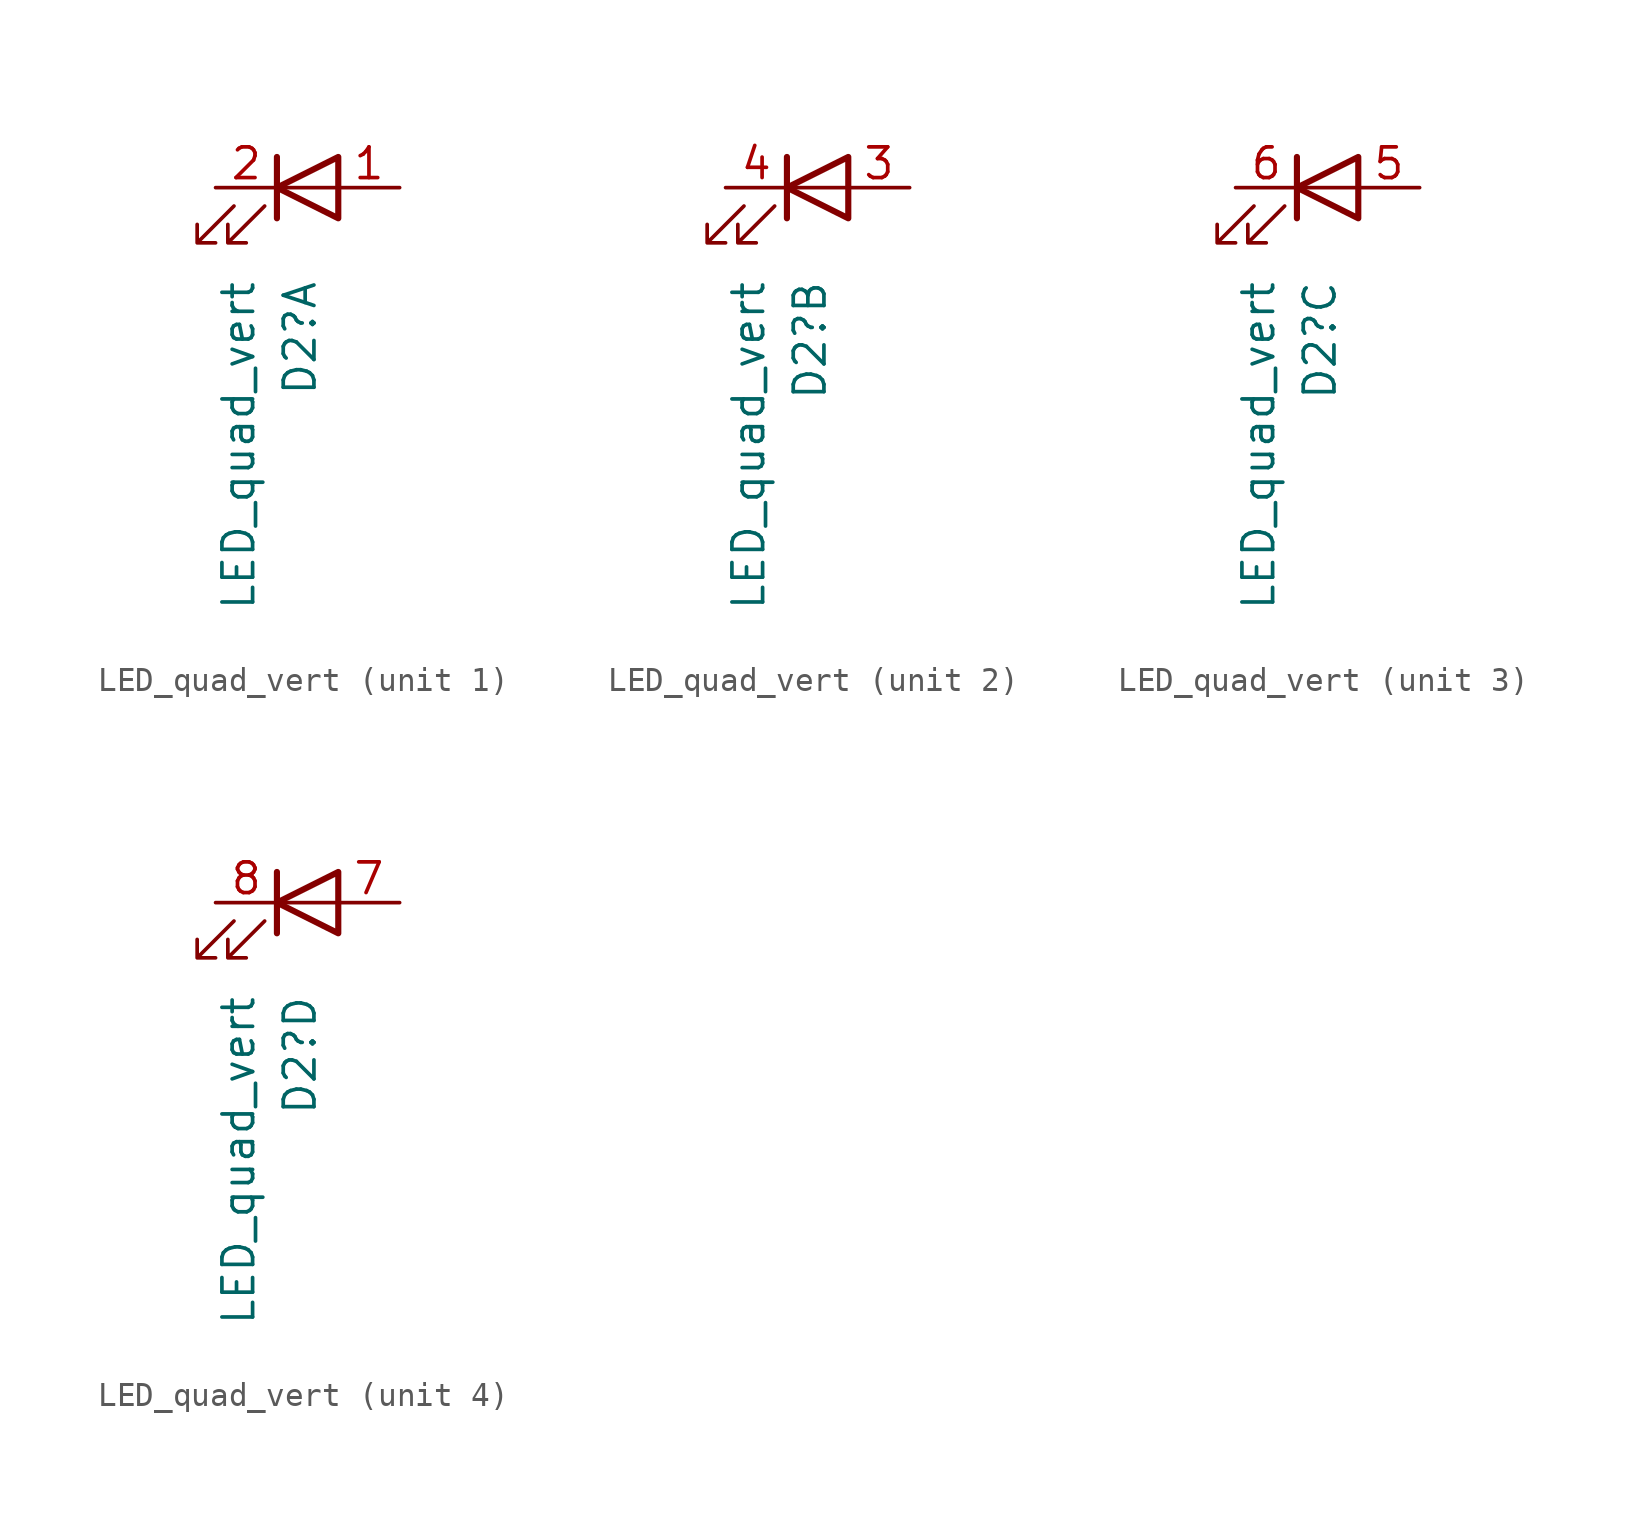
<source format=kicad_sym>
(kicad_symbol_lib
  (version 20220914)
  (generator kicad_symbol_editor)
  (symbol "LED_quad_vert"
    (pin_names
      (offset 1.016) hide)
    (property "Reference" "D2"
      (at -0.318 -3.81 90)
      (effects (font (size 1.27 1.27)) (justify right)))
    (property "Value" "LED_quad_vert"
      (at -2.857 -3.81 90)
      (effects (font (size 1.27 1.27)) (justify right)))
    (symbol "LED_quad_vert_0_1"
      (polyline (pts (xy -1.27 -1.27) (xy -1.27 1.27)) (stroke (width 0.254) (type default)) (fill (type none)))
      (polyline (pts (xy -1.27 0) (xy 1.27 0)) (stroke (width 0) (type default)) (fill (type none)))
      (polyline (pts (xy 1.27 -1.27) (xy 1.27 1.27) (xy -1.27 0) (xy 1.27 -1.27)) (stroke (width 0.254) (type default)) (fill (type none)))
      (polyline (pts (xy -3.048 -0.762) (xy -4.572 -2.286) (xy -3.81 -2.286) (xy -4.572 -2.286) (xy -4.572 -1.524)) (stroke (width 0) (type default)) (fill (type none)))
      (polyline (pts (xy -1.778 -0.762) (xy -3.302 -2.286) (xy -2.54 -2.286) (xy -3.302 -2.286) (xy -3.302 -1.524)) (stroke (width 0) (type default)) (fill (type none))))
    (symbol "LED_quad_vert_1_1"
      (pin passive line (at 3.81 0 180) (length 2.54) (name "A" (effects (font (size 1.27 1.27)))) (number "1" (effects (font (size 1.27 1.27)))))
      (pin passive line (at -3.81 0 0) (length 2.54) (name "K" (effects (font (size 1.27 1.27)))) (number "2" (effects (font (size 1.27 1.27))))))
    (symbol "LED_quad_vert_2_1"
      (pin passive line (at 3.81 0 180) (length 2.54) (name "A" (effects (font (size 1.27 1.27)))) (number "3" (effects (font (size 1.27 1.27)))))
      (pin passive line (at -3.81 0 0) (length 2.54) (name "K" (effects (font (size 1.27 1.27)))) (number "4" (effects (font (size 1.27 1.27))))))
    (symbol "LED_quad_vert_3_1"
      (pin passive line (at 3.81 0 180) (length 2.54) (name "A" (effects (font (size 1.27 1.27)))) (number "5" (effects (font (size 1.27 1.27)))))
      (pin passive line (at -3.81 0 0) (length 2.54) (name "K" (effects (font (size 1.27 1.27)))) (number "6" (effects (font (size 1.27 1.27))))))
    (symbol "LED_quad_vert_4_1"
      (pin passive line (at 3.81 0 180) (length 2.54) (name "A" (effects (font (size 1.27 1.27)))) (number "7" (effects (font (size 1.27 1.27)))))
      (pin passive line (at -3.81 0 0) (length 2.54) (name "K" (effects (font (size 1.27 1.27)))) (number "8" (effects (font (size 1.27 1.27))))))))
</source>
